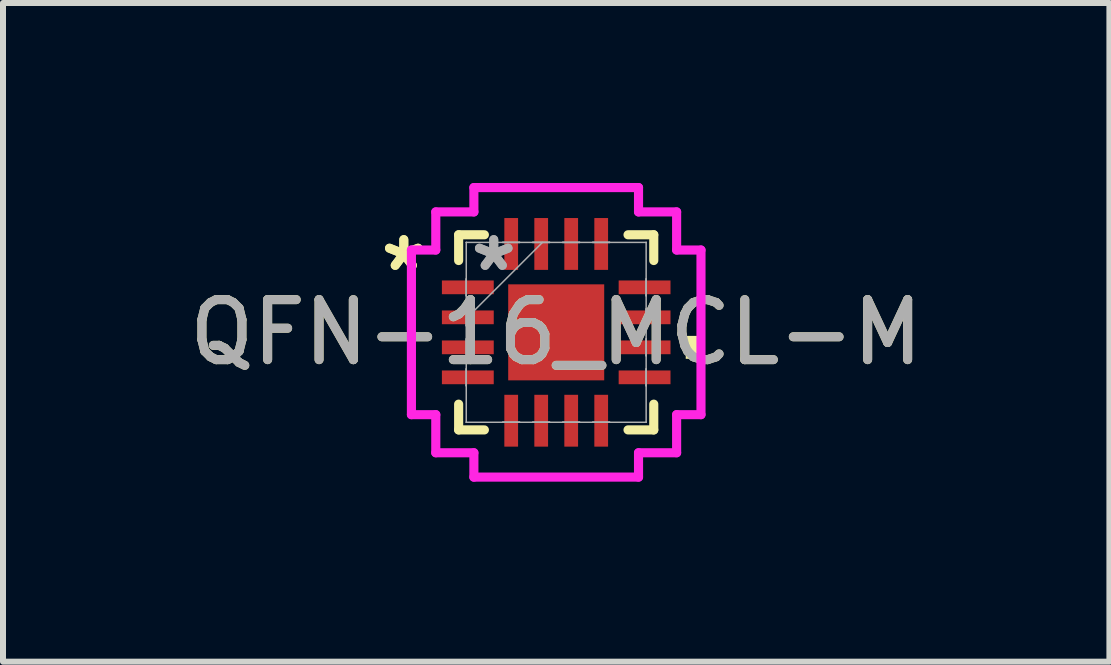
<source format=kicad_pcb>
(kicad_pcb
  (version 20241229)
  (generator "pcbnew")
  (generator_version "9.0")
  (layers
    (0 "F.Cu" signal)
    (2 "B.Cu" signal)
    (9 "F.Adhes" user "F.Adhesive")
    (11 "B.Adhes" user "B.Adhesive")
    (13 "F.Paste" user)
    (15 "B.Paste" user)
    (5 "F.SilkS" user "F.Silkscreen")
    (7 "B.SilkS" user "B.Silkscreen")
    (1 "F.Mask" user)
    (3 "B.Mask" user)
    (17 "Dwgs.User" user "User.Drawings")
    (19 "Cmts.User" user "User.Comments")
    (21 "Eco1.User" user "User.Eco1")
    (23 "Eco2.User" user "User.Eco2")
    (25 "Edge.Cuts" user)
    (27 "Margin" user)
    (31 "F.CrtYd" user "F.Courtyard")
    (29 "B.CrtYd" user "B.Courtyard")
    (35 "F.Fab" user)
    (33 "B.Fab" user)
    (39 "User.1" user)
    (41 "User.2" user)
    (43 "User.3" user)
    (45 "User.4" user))
  (footprint "QFN-16_MCL-M"
    (layer "F.Cu")
    (at 6.22 2.489)
    (property "Reference" "QFN-16_MCL-M" (at 0 0 0) (unlocked yes) (layer "F.SilkS") (effects (font (size 1 1) (thickness 0.15))))
    (attr smd)
    (fp_line (start -1.626 -1.626) (end -1.626 -1.197) (stroke (width 0.152) (type solid)) (layer "F.SilkS"))
    (fp_line (start -1.626 1.197) (end -1.626 1.626) (stroke (width 0.152) (type solid)) (layer "F.SilkS"))
    (fp_line (start -1.626 1.626) (end -1.197 1.626) (stroke (width 0.152) (type solid)) (layer "F.SilkS"))
    (fp_line (start -1.197 -1.626) (end -1.626 -1.626) (stroke (width 0.152) (type solid)) (layer "F.SilkS"))
    (fp_line (start 1.197 1.626) (end 1.626 1.626) (stroke (width 0.152) (type solid)) (layer "F.SilkS"))
    (fp_line (start 1.626 -1.626) (end 1.197 -1.626) (stroke (width 0.152) (type solid)) (layer "F.SilkS"))
    (fp_line (start 1.626 -1.197) (end 1.626 -1.626) (stroke (width 0.152) (type solid)) (layer "F.SilkS"))
    (fp_line (start 1.626 1.626) (end 1.626 1.197) (stroke (width 0.152) (type solid)) (layer "F.SilkS"))
    (fp_poly (pts (xy 2.413 0.059) (xy 2.413 0.441) (xy 2.159 0.441) (xy 2.159 0.059)) (stroke (width 0) (type solid)) (fill yes) (layer "F.SilkS"))
    (fp_line (start -2.413 -1.372) (end -2.007 -1.372) (stroke (width 0.152) (type solid)) (layer "F.CrtYd"))
    (fp_line (start -2.413 1.372) (end -2.413 -1.372) (stroke (width 0.152) (type solid)) (layer "F.CrtYd"))
    (fp_line (start -2.007 -2.007) (end -1.372 -2.007) (stroke (width 0.152) (type solid)) (layer "F.CrtYd"))
    (fp_line (start -2.007 -1.372) (end -2.007 -2.007) (stroke (width 0.152) (type solid)) (layer "F.CrtYd"))
    (fp_line (start -2.007 1.372) (end -2.413 1.372) (stroke (width 0.152) (type solid)) (layer "F.CrtYd"))
    (fp_line (start -2.007 2.007) (end -2.007 1.372) (stroke (width 0.152) (type solid)) (layer "F.CrtYd"))
    (fp_line (start -1.372 -2.413) (end 1.372 -2.413) (stroke (width 0.152) (type solid)) (layer "F.CrtYd"))
    (fp_line (start -1.372 -2.007) (end -1.372 -2.413) (stroke (width 0.152) (type solid)) (layer "F.CrtYd"))
    (fp_line (start -1.372 2.007) (end -2.007 2.007) (stroke (width 0.152) (type solid)) (layer "F.CrtYd"))
    (fp_line (start -1.372 2.413) (end -1.372 2.007) (stroke (width 0.152) (type solid)) (layer "F.CrtYd"))
    (fp_line (start 1.372 -2.413) (end 1.372 -2.007) (stroke (width 0.152) (type solid)) (layer "F.CrtYd"))
    (fp_line (start 1.372 -2.007) (end 2.007 -2.007) (stroke (width 0.152) (type solid)) (layer "F.CrtYd"))
    (fp_line (start 1.372 2.007) (end 1.372 2.413) (stroke (width 0.152) (type solid)) (layer "F.CrtYd"))
    (fp_line (start 1.372 2.413) (end -1.372 2.413) (stroke (width 0.152) (type solid)) (layer "F.CrtYd"))
    (fp_line (start 2.007 -2.007) (end 2.007 -1.372) (stroke (width 0.152) (type solid)) (layer "F.CrtYd"))
    (fp_line (start 2.007 -1.372) (end 2.413 -1.372) (stroke (width 0.152) (type solid)) (layer "F.CrtYd"))
    (fp_line (start 2.007 1.372) (end 2.007 2.007) (stroke (width 0.152) (type solid)) (layer "F.CrtYd"))
    (fp_line (start 2.007 2.007) (end 1.372 2.007) (stroke (width 0.152) (type solid)) (layer "F.CrtYd"))
    (fp_line (start 2.413 -1.372) (end 2.413 1.372) (stroke (width 0.152) (type solid)) (layer "F.CrtYd"))
    (fp_line (start 2.413 1.372) (end 2.007 1.372) (stroke (width 0.152) (type solid)) (layer "F.CrtYd"))
    (fp_line (start -1.499 -1.499) (end -1.499 -1.499) (stroke (width 0.025) (type solid)) (layer "F.Fab"))
    (fp_line (start -1.499 -1.499) (end -1.499 1.499) (stroke (width 0.025) (type solid)) (layer "F.Fab"))
    (fp_line (start -1.499 -0.89) (end -1.499 -0.89) (stroke (width 0.025) (type solid)) (layer "F.Fab"))
    (fp_line (start -1.499 -0.89) (end -1.499 -0.61) (stroke (width 0.025) (type solid)) (layer "F.Fab"))
    (fp_line (start -1.499 -0.61) (end -1.499 -0.89) (stroke (width 0.025) (type solid)) (layer "F.Fab"))
    (fp_line (start -1.499 -0.61) (end -1.499 -0.61) (stroke (width 0.025) (type solid)) (layer "F.Fab"))
    (fp_line (start -1.499 -0.39) (end -1.499 -0.39) (stroke (width 0.025) (type solid)) (layer "F.Fab"))
    (fp_line (start -1.499 -0.39) (end -1.499 -0.11) (stroke (width 0.025) (type solid)) (layer "F.Fab"))
    (fp_line (start -1.499 -0.229) (end -0.229 -1.499) (stroke (width 0.025) (type solid)) (layer "F.Fab"))
    (fp_line (start -1.499 -0.11) (end -1.499 -0.39) (stroke (width 0.025) (type solid)) (layer "F.Fab"))
    (fp_line (start -1.499 -0.11) (end -1.499 -0.11) (stroke (width 0.025) (type solid)) (layer "F.Fab"))
    (fp_line (start -1.499 0.11) (end -1.499 0.11) (stroke (width 0.025) (type solid)) (layer "F.Fab"))
    (fp_line (start -1.499 0.11) (end -1.499 0.39) (stroke (width 0.025) (type solid)) (layer "F.Fab"))
    (fp_line (start -1.499 0.39) (end -1.499 0.11) (stroke (width 0.025) (type solid)) (layer "F.Fab"))
    (fp_line (start -1.499 0.39) (end -1.499 0.39) (stroke (width 0.025) (type solid)) (layer "F.Fab"))
    (fp_line (start -1.499 0.61) (end -1.499 0.61) (stroke (width 0.025) (type solid)) (layer "F.Fab"))
    (fp_line (start -1.499 0.61) (end -1.499 0.89) (stroke (width 0.025) (type solid)) (layer "F.Fab"))
    (fp_line (start -1.499 0.89) (end -1.499 0.61) (stroke (width 0.025) (type solid)) (layer "F.Fab"))
    (fp_line (start -1.499 0.89) (end -1.499 0.89) (stroke (width 0.025) (type solid)) (layer "F.Fab"))
    (fp_line (start -1.499 1.499) (end -1.499 1.499) (stroke (width 0.025) (type solid)) (layer "F.Fab"))
    (fp_line (start -1.499 1.499) (end 1.499 1.499) (stroke (width 0.025) (type solid)) (layer "F.Fab"))
    (fp_line (start -0.89 -1.499) (end -0.89 -1.499) (stroke (width 0.025) (type solid)) (layer "F.Fab"))
    (fp_line (start -0.89 -1.499) (end -0.61 -1.499) (stroke (width 0.025) (type solid)) (layer "F.Fab"))
    (fp_line (start -0.89 1.499) (end -0.89 1.499) (stroke (width 0.025) (type solid)) (layer "F.Fab"))
    (fp_line (start -0.89 1.499) (end -0.61 1.499) (stroke (width 0.025) (type solid)) (layer "F.Fab"))
    (fp_line (start -0.61 -1.499) (end -0.89 -1.499) (stroke (width 0.025) (type solid)) (layer "F.Fab"))
    (fp_line (start -0.61 -1.499) (end -0.61 -1.499) (stroke (width 0.025) (type solid)) (layer "F.Fab"))
    (fp_line (start -0.61 1.499) (end -0.89 1.499) (stroke (width 0.025) (type solid)) (layer "F.Fab"))
    (fp_line (start -0.61 1.499) (end -0.61 1.499) (stroke (width 0.025) (type solid)) (layer "F.Fab"))
    (fp_line (start -0.39 -1.499) (end -0.39 -1.499) (stroke (width 0.025) (type solid)) (layer "F.Fab"))
    (fp_line (start -0.39 -1.499) (end -0.11 -1.499) (stroke (width 0.025) (type solid)) (layer "F.Fab"))
    (fp_line (start -0.39 1.499) (end -0.39 1.499) (stroke (width 0.025) (type solid)) (layer "F.Fab"))
    (fp_line (start -0.39 1.499) (end -0.11 1.499) (stroke (width 0.025) (type solid)) (layer "F.Fab"))
    (fp_line (start -0.11 -1.499) (end -0.39 -1.499) (stroke (width 0.025) (type solid)) (layer "F.Fab"))
    (fp_line (start -0.11 -1.499) (end -0.11 -1.499) (stroke (width 0.025) (type solid)) (layer "F.Fab"))
    (fp_line (start -0.11 1.499) (end -0.39 1.499) (stroke (width 0.025) (type solid)) (layer "F.Fab"))
    (fp_line (start -0.11 1.499) (end -0.11 1.499) (stroke (width 0.025) (type solid)) (layer "F.Fab"))
    (fp_line (start 0.11 -1.499) (end 0.11 -1.499) (stroke (width 0.025) (type solid)) (layer "F.Fab"))
    (fp_line (start 0.11 -1.499) (end 0.39 -1.499) (stroke (width 0.025) (type solid)) (layer "F.Fab"))
    (fp_line (start 0.11 1.499) (end 0.11 1.499) (stroke (width 0.025) (type solid)) (layer "F.Fab"))
    (fp_line (start 0.11 1.499) (end 0.39 1.499) (stroke (width 0.025) (type solid)) (layer "F.Fab"))
    (fp_line (start 0.39 -1.499) (end 0.11 -1.499) (stroke (width 0.025) (type solid)) (layer "F.Fab"))
    (fp_line (start 0.39 -1.499) (end 0.39 -1.499) (stroke (width 0.025) (type solid)) (layer "F.Fab"))
    (fp_line (start 0.39 1.499) (end 0.11 1.499) (stroke (width 0.025) (type solid)) (layer "F.Fab"))
    (fp_line (start 0.39 1.499) (end 0.39 1.499) (stroke (width 0.025) (type solid)) (layer "F.Fab"))
    (fp_line (start 0.61 -1.499) (end 0.61 -1.499) (stroke (width 0.025) (type solid)) (layer "F.Fab"))
    (fp_line (start 0.61 -1.499) (end 0.89 -1.499) (stroke (width 0.025) (type solid)) (layer "F.Fab"))
    (fp_line (start 0.61 1.499) (end 0.61 1.499) (stroke (width 0.025) (type solid)) (layer "F.Fab"))
    (fp_line (start 0.61 1.499) (end 0.89 1.499) (stroke (width 0.025) (type solid)) (layer "F.Fab"))
    (fp_line (start 0.89 -1.499) (end 0.61 -1.499) (stroke (width 0.025) (type solid)) (layer "F.Fab"))
    (fp_line (start 0.89 -1.499) (end 0.89 -1.499) (stroke (width 0.025) (type solid)) (layer "F.Fab"))
    (fp_line (start 0.89 1.499) (end 0.61 1.499) (stroke (width 0.025) (type solid)) (layer "F.Fab"))
    (fp_line (start 0.89 1.499) (end 0.89 1.499) (stroke (width 0.025) (type solid)) (layer "F.Fab"))
    (fp_line (start 1.499 -1.499) (end -1.499 -1.499) (stroke (width 0.025) (type solid)) (layer "F.Fab"))
    (fp_line (start 1.499 -1.499) (end 1.499 -1.499) (stroke (width 0.025) (type solid)) (layer "F.Fab"))
    (fp_line (start 1.499 -0.89) (end 1.499 -0.89) (stroke (width 0.025) (type solid)) (layer "F.Fab"))
    (fp_line (start 1.499 -0.89) (end 1.499 -0.61) (stroke (width 0.025) (type solid)) (layer "F.Fab"))
    (fp_line (start 1.499 -0.61) (end 1.499 -0.89) (stroke (width 0.025) (type solid)) (layer "F.Fab"))
    (fp_line (start 1.499 -0.61) (end 1.499 -0.61) (stroke (width 0.025) (type solid)) (layer "F.Fab"))
    (fp_line (start 1.499 -0.39) (end 1.499 -0.39) (stroke (width 0.025) (type solid)) (layer "F.Fab"))
    (fp_line (start 1.499 -0.39) (end 1.499 -0.11) (stroke (width 0.025) (type solid)) (layer "F.Fab"))
    (fp_line (start 1.499 -0.11) (end 1.499 -0.39) (stroke (width 0.025) (type solid)) (layer "F.Fab"))
    (fp_line (start 1.499 -0.11) (end 1.499 -0.11) (stroke (width 0.025) (type solid)) (layer "F.Fab"))
    (fp_line (start 1.499 0.11) (end 1.499 0.11) (stroke (width 0.025) (type solid)) (layer "F.Fab"))
    (fp_line (start 1.499 0.11) (end 1.499 0.39) (stroke (width 0.025) (type solid)) (layer "F.Fab"))
    (fp_line (start 1.499 0.39) (end 1.499 0.11) (stroke (width 0.025) (type solid)) (layer "F.Fab"))
    (fp_line (start 1.499 0.39) (end 1.499 0.39) (stroke (width 0.025) (type solid)) (layer "F.Fab"))
    (fp_line (start 1.499 0.61) (end 1.499 0.61) (stroke (width 0.025) (type solid)) (layer "F.Fab"))
    (fp_line (start 1.499 0.61) (end 1.499 0.89) (stroke (width 0.025) (type solid)) (layer "F.Fab"))
    (fp_line (start 1.499 0.89) (end 1.499 0.61) (stroke (width 0.025) (type solid)) (layer "F.Fab"))
    (fp_line (start 1.499 0.89) (end 1.499 0.89) (stroke (width 0.025) (type solid)) (layer "F.Fab"))
    (fp_line (start 1.499 1.499) (end 1.499 -1.499) (stroke (width 0.025) (type solid)) (layer "F.Fab"))
    (fp_line (start 1.499 1.499) (end 1.499 1.499) (stroke (width 0.025) (type solid)) (layer "F.Fab"))
    (fp_text user "*" (at -2.54 -1 0) (layer "F.SilkS") (effects (font (size 1 1) (thickness 0.15))))
    (fp_text user "*" (at -2.54 -1 0) (unlocked yes) (layer "F.SilkS") (effects (font (size 1 1) (thickness 0.15))))
    (fp_text user "${REFERENCE}" (at 0 0 0) (unlocked yes) (layer "F.Fab") (effects (font (size 1 1) (thickness 0.15))))
    (fp_text user "*" (at -1.041 -1 0) (layer "F.Fab") (effects (font (size 1 1) (thickness 0.15))))
    (fp_text user "*" (at -1.041 -1 0) (unlocked yes) (layer "F.Fab") (effects (font (size 1 1) (thickness 0.15))))
    (pad "1" smd rect (at -1.473 -0.75 90) (size 0.229 0.864) (layers "F.Cu" "F.Mask" "F.Paste"))
    (pad "2" smd rect (at -1.473 -0.25 90) (size 0.229 0.864) (layers "F.Cu" "F.Mask" "F.Paste"))
    (pad "3" smd rect (at -1.473 0.25 90) (size 0.229 0.864) (layers "F.Cu" "F.Mask" "F.Paste"))
    (pad "4" smd rect (at -1.473 0.75 90) (size 0.229 0.864) (layers "F.Cu" "F.Mask" "F.Paste"))
    (pad "5" smd rect (at -0.75 1.473) (size 0.229 0.864) (layers "F.Cu" "F.Mask" "F.Paste"))
    (pad "6" smd rect (at -0.25 1.473) (size 0.229 0.864) (layers "F.Cu" "F.Mask" "F.Paste"))
    (pad "7" smd rect (at 0.25 1.473) (size 0.229 0.864) (layers "F.Cu" "F.Mask" "F.Paste"))
    (pad "8" smd rect (at 0.75 1.473) (size 0.229 0.864) (layers "F.Cu" "F.Mask" "F.Paste"))
    (pad "9" smd rect (at 1.473 0.75 90) (size 0.229 0.864) (layers "F.Cu" "F.Mask" "F.Paste"))
    (pad "10" smd rect (at 1.473 0.25 90) (size 0.229 0.864) (layers "F.Cu" "F.Mask" "F.Paste"))
    (pad "11" smd rect (at 1.473 -0.25 90) (size 0.229 0.864) (layers "F.Cu" "F.Mask" "F.Paste"))
    (pad "12" smd rect (at 1.473 -0.75 90) (size 0.229 0.864) (layers "F.Cu" "F.Mask" "F.Paste"))
    (pad "13" smd rect (at 0.75 -1.473) (size 0.229 0.864) (layers "F.Cu" "F.Mask" "F.Paste"))
    (pad "14" smd rect (at 0.25 -1.473) (size 0.229 0.864) (layers "F.Cu" "F.Mask" "F.Paste"))
    (pad "15" smd rect (at -0.25 -1.473) (size 0.229 0.864) (layers "F.Cu" "F.Mask" "F.Paste"))
    (pad "16" smd rect (at -0.75 -1.473) (size 0.229 0.864) (layers "F.Cu" "F.Mask" "F.Paste"))
    (pad "17" smd rect (at 0 0) (size 1.6 1.6) (layers "F.Cu" "F.Mask" "F.Paste")))
  (gr_rect
    (start -3 -3)
    (end 15.44 7.978)
    (stroke (width 0.1) (type default))
    (fill no)
    (layer "Edge.Cuts")))
</source>
